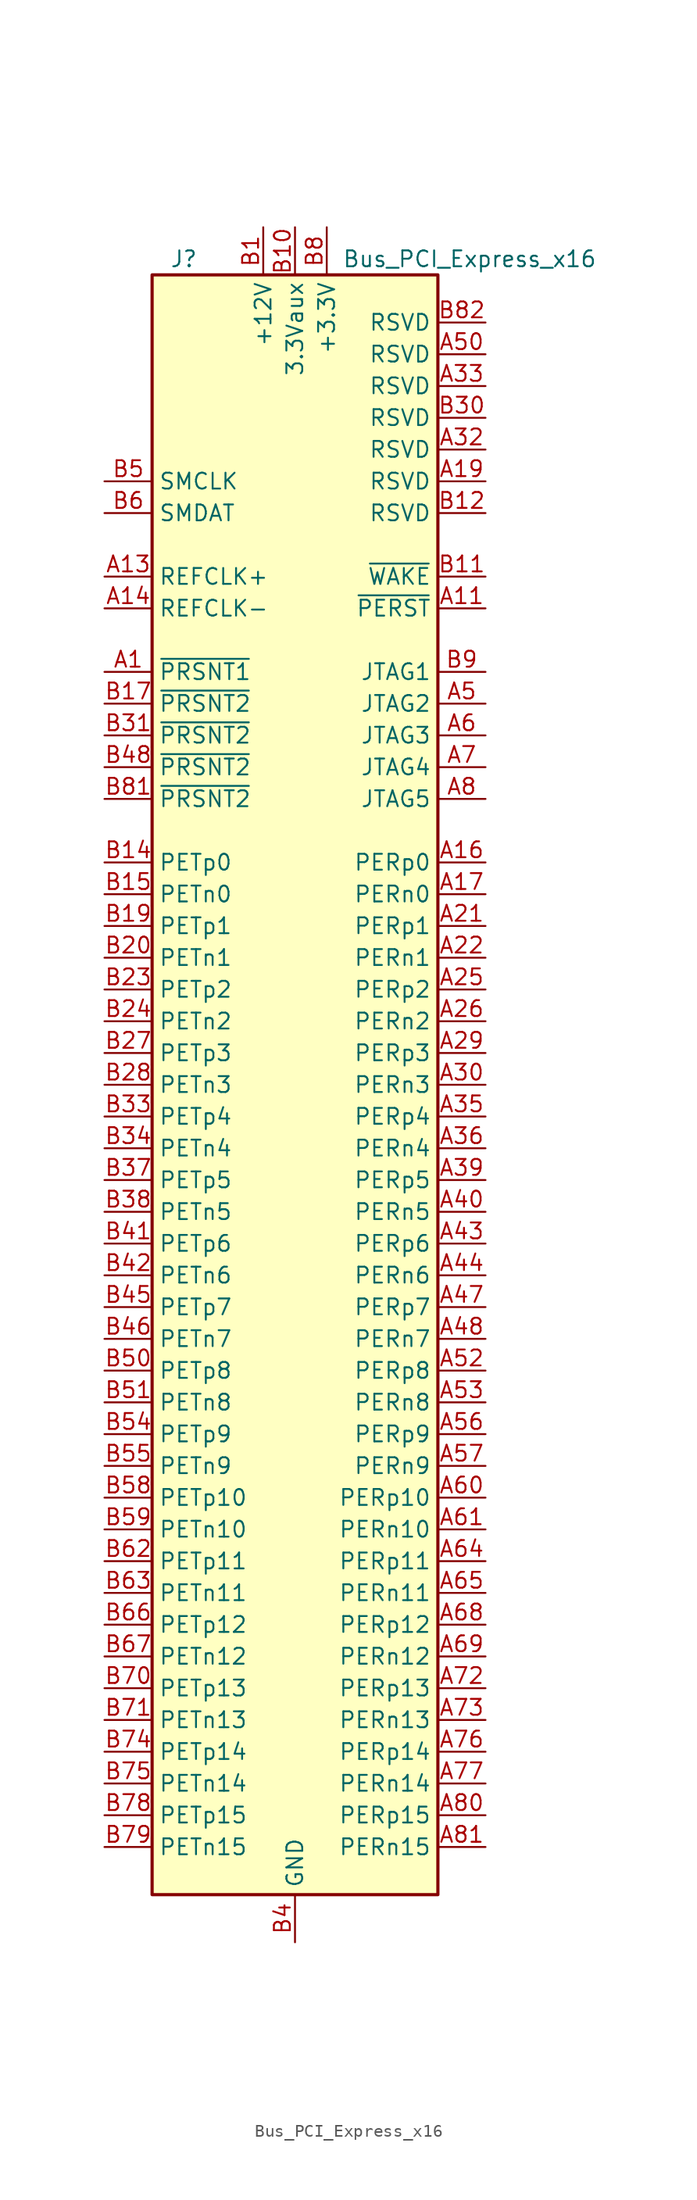
<source format=kicad_sym>
(kicad_symbol_lib
  (version 20220914)
  (generator kicad_symbol_editor)
  (symbol "Bus_PCI_Express_x16"
    (property "Reference" "J"
      (at -8.89 66.04 0)
      (effects (font (size 1.27 1.27))))
    (property "Value" "Bus_PCI_Express_x16"
      (at 13.97 66.04 0)
      (effects (font (size 1.27 1.27))))
    (symbol "Bus_PCI_Express_x16_0_1"
      (rectangle (start -11.43 64.77) (end 11.43 -64.77) (stroke (width 0.254) (type solid)) (fill (type background))))
    (symbol "Bus_PCI_Express_x16_1_1"
      (pin passive line (at -15.24 33.02 0) (length 3.81) (name "~{PRSNT1}" (effects (font (size 1.27 1.27)))) (number "A1" (effects (font (size 1.27 1.27)))))
      (pin passive line (at 2.54 68.58 270) (length 3.81) hide (name "+3.3V" (effects (font (size 1.27 1.27)))) (number "A10" (effects (font (size 1.27 1.27)))))
      (pin input line (at 15.24 38.1 180) (length 3.81) (name "~{PERST}" (effects (font (size 1.27 1.27)))) (number "A11" (effects (font (size 1.27 1.27)))))
      (pin passive line (at 0 -68.58 90) (length 3.81) hide (name "GND" (effects (font (size 1.27 1.27)))) (number "A12" (effects (font (size 1.27 1.27)))))
      (pin input line (at -15.24 40.64 0) (length 3.81) (name "REFCLK+" (effects (font (size 1.27 1.27)))) (number "A13" (effects (font (size 1.27 1.27)))))
      (pin input line (at -15.24 38.1 0) (length 3.81) (name "REFCLK-" (effects (font (size 1.27 1.27)))) (number "A14" (effects (font (size 1.27 1.27)))))
      (pin passive line (at 0 -68.58 90) (length 3.81) hide (name "GND" (effects (font (size 1.27 1.27)))) (number "A15" (effects (font (size 1.27 1.27)))))
      (pin output line (at 15.24 17.78 180) (length 3.81) (name "PERp0" (effects (font (size 1.27 1.27)))) (number "A16" (effects (font (size 1.27 1.27)))))
      (pin output line (at 15.24 15.24 180) (length 3.81) (name "PERn0" (effects (font (size 1.27 1.27)))) (number "A17" (effects (font (size 1.27 1.27)))))
      (pin passive line (at 0 -68.58 90) (length 3.81) hide (name "GND" (effects (font (size 1.27 1.27)))) (number "A18" (effects (font (size 1.27 1.27)))))
      (pin passive line (at 15.24 48.26 180) (length 3.81) (name "RSVD" (effects (font (size 1.27 1.27)))) (number "A19" (effects (font (size 1.27 1.27)))))
      (pin passive line (at -2.54 68.58 270) (length 3.81) hide (name "+12V" (effects (font (size 1.27 1.27)))) (number "A2" (effects (font (size 1.27 1.27)))))
      (pin passive line (at 0 -68.58 90) (length 3.81) hide (name "GND" (effects (font (size 1.27 1.27)))) (number "A20" (effects (font (size 1.27 1.27)))))
      (pin output line (at 15.24 12.7 180) (length 3.81) (name "PERp1" (effects (font (size 1.27 1.27)))) (number "A21" (effects (font (size 1.27 1.27)))))
      (pin output line (at 15.24 10.16 180) (length 3.81) (name "PERn1" (effects (font (size 1.27 1.27)))) (number "A22" (effects (font (size 1.27 1.27)))))
      (pin passive line (at 0 -68.58 90) (length 3.81) hide (name "GND" (effects (font (size 1.27 1.27)))) (number "A23" (effects (font (size 1.27 1.27)))))
      (pin passive line (at 0 -68.58 90) (length 3.81) hide (name "GND" (effects (font (size 1.27 1.27)))) (number "A24" (effects (font (size 1.27 1.27)))))
      (pin output line (at 15.24 7.62 180) (length 3.81) (name "PERp2" (effects (font (size 1.27 1.27)))) (number "A25" (effects (font (size 1.27 1.27)))))
      (pin output line (at 15.24 5.08 180) (length 3.81) (name "PERn2" (effects (font (size 1.27 1.27)))) (number "A26" (effects (font (size 1.27 1.27)))))
      (pin passive line (at 0 -68.58 90) (length 3.81) hide (name "GND" (effects (font (size 1.27 1.27)))) (number "A27" (effects (font (size 1.27 1.27)))))
      (pin passive line (at 0 -68.58 90) (length 3.81) hide (name "GND" (effects (font (size 1.27 1.27)))) (number "A28" (effects (font (size 1.27 1.27)))))
      (pin output line (at 15.24 2.54 180) (length 3.81) (name "PERp3" (effects (font (size 1.27 1.27)))) (number "A29" (effects (font (size 1.27 1.27)))))
      (pin passive line (at -2.54 68.58 270) (length 3.81) hide (name "+12V" (effects (font (size 1.27 1.27)))) (number "A3" (effects (font (size 1.27 1.27)))))
      (pin output line (at 15.24 0 180) (length 3.81) (name "PERn3" (effects (font (size 1.27 1.27)))) (number "A30" (effects (font (size 1.27 1.27)))))
      (pin passive line (at 0 -68.58 90) (length 3.81) hide (name "GND" (effects (font (size 1.27 1.27)))) (number "A31" (effects (font (size 1.27 1.27)))))
      (pin passive line (at 15.24 50.8 180) (length 3.81) (name "RSVD" (effects (font (size 1.27 1.27)))) (number "A32" (effects (font (size 1.27 1.27)))))
      (pin passive line (at 15.24 55.88 180) (length 3.81) (name "RSVD" (effects (font (size 1.27 1.27)))) (number "A33" (effects (font (size 1.27 1.27)))))
      (pin passive line (at 0 -68.58 90) (length 3.81) hide (name "GND" (effects (font (size 1.27 1.27)))) (number "A34" (effects (font (size 1.27 1.27)))))
      (pin output line (at 15.24 -2.54 180) (length 3.81) (name "PERp4" (effects (font (size 1.27 1.27)))) (number "A35" (effects (font (size 1.27 1.27)))))
      (pin output line (at 15.24 -5.08 180) (length 3.81) (name "PERn4" (effects (font (size 1.27 1.27)))) (number "A36" (effects (font (size 1.27 1.27)))))
      (pin passive line (at 0 -68.58 90) (length 3.81) hide (name "GND" (effects (font (size 1.27 1.27)))) (number "A37" (effects (font (size 1.27 1.27)))))
      (pin passive line (at 0 -68.58 90) (length 3.81) hide (name "GND" (effects (font (size 1.27 1.27)))) (number "A38" (effects (font (size 1.27 1.27)))))
      (pin output line (at 15.24 -7.62 180) (length 3.81) (name "PERp5" (effects (font (size 1.27 1.27)))) (number "A39" (effects (font (size 1.27 1.27)))))
      (pin passive line (at 0 -68.58 90) (length 3.81) hide (name "GND" (effects (font (size 1.27 1.27)))) (number "A4" (effects (font (size 1.27 1.27)))))
      (pin output line (at 15.24 -10.16 180) (length 3.81) (name "PERn5" (effects (font (size 1.27 1.27)))) (number "A40" (effects (font (size 1.27 1.27)))))
      (pin passive line (at 0 -68.58 90) (length 3.81) hide (name "GND" (effects (font (size 1.27 1.27)))) (number "A41" (effects (font (size 1.27 1.27)))))
      (pin passive line (at 0 -68.58 90) (length 3.81) hide (name "GND" (effects (font (size 1.27 1.27)))) (number "A42" (effects (font (size 1.27 1.27)))))
      (pin output line (at 15.24 -12.7 180) (length 3.81) (name "PERp6" (effects (font (size 1.27 1.27)))) (number "A43" (effects (font (size 1.27 1.27)))))
      (pin output line (at 15.24 -15.24 180) (length 3.81) (name "PERn6" (effects (font (size 1.27 1.27)))) (number "A44" (effects (font (size 1.27 1.27)))))
      (pin passive line (at 0 -68.58 90) (length 3.81) hide (name "GND" (effects (font (size 1.27 1.27)))) (number "A45" (effects (font (size 1.27 1.27)))))
      (pin passive line (at 0 -68.58 90) (length 3.81) hide (name "GND" (effects (font (size 1.27 1.27)))) (number "A46" (effects (font (size 1.27 1.27)))))
      (pin output line (at 15.24 -17.78 180) (length 3.81) (name "PERp7" (effects (font (size 1.27 1.27)))) (number "A47" (effects (font (size 1.27 1.27)))))
      (pin output line (at 15.24 -20.32 180) (length 3.81) (name "PERn7" (effects (font (size 1.27 1.27)))) (number "A48" (effects (font (size 1.27 1.27)))))
      (pin passive line (at 0 -68.58 90) (length 3.81) hide (name "GND" (effects (font (size 1.27 1.27)))) (number "A49" (effects (font (size 1.27 1.27)))))
      (pin input line (at 15.24 30.48 180) (length 3.81) (name "JTAG2" (effects (font (size 1.27 1.27)))) (number "A5" (effects (font (size 1.27 1.27)))))
      (pin passive line (at 15.24 58.42 180) (length 3.81) (name "RSVD" (effects (font (size 1.27 1.27)))) (number "A50" (effects (font (size 1.27 1.27)))))
      (pin passive line (at 0 -68.58 90) (length 3.81) hide (name "GND" (effects (font (size 1.27 1.27)))) (number "A51" (effects (font (size 1.27 1.27)))))
      (pin output line (at 15.24 -22.86 180) (length 3.81) (name "PERp8" (effects (font (size 1.27 1.27)))) (number "A52" (effects (font (size 1.27 1.27)))))
      (pin output line (at 15.24 -25.4 180) (length 3.81) (name "PERn8" (effects (font (size 1.27 1.27)))) (number "A53" (effects (font (size 1.27 1.27)))))
      (pin passive line (at 0 -68.58 90) (length 3.81) hide (name "GND" (effects (font (size 1.27 1.27)))) (number "A54" (effects (font (size 1.27 1.27)))))
      (pin passive line (at 0 -68.58 90) (length 3.81) hide (name "GND" (effects (font (size 1.27 1.27)))) (number "A55" (effects (font (size 1.27 1.27)))))
      (pin output line (at 15.24 -27.94 180) (length 3.81) (name "PERp9" (effects (font (size 1.27 1.27)))) (number "A56" (effects (font (size 1.27 1.27)))))
      (pin output line (at 15.24 -30.48 180) (length 3.81) (name "PERn9" (effects (font (size 1.27 1.27)))) (number "A57" (effects (font (size 1.27 1.27)))))
      (pin passive line (at 0 -68.58 90) (length 3.81) hide (name "GND" (effects (font (size 1.27 1.27)))) (number "A58" (effects (font (size 1.27 1.27)))))
      (pin passive line (at 0 -68.58 90) (length 3.81) hide (name "GND" (effects (font (size 1.27 1.27)))) (number "A59" (effects (font (size 1.27 1.27)))))
      (pin input line (at 15.24 27.94 180) (length 3.81) (name "JTAG3" (effects (font (size 1.27 1.27)))) (number "A6" (effects (font (size 1.27 1.27)))))
      (pin output line (at 15.24 -33.02 180) (length 3.81) (name "PERp10" (effects (font (size 1.27 1.27)))) (number "A60" (effects (font (size 1.27 1.27)))))
      (pin output line (at 15.24 -35.56 180) (length 3.81) (name "PERn10" (effects (font (size 1.27 1.27)))) (number "A61" (effects (font (size 1.27 1.27)))))
      (pin passive line (at 0 -68.58 90) (length 3.81) hide (name "GND" (effects (font (size 1.27 1.27)))) (number "A62" (effects (font (size 1.27 1.27)))))
      (pin passive line (at 0 -68.58 90) (length 3.81) hide (name "GND" (effects (font (size 1.27 1.27)))) (number "A63" (effects (font (size 1.27 1.27)))))
      (pin output line (at 15.24 -38.1 180) (length 3.81) (name "PERp11" (effects (font (size 1.27 1.27)))) (number "A64" (effects (font (size 1.27 1.27)))))
      (pin output line (at 15.24 -40.64 180) (length 3.81) (name "PERn11" (effects (font (size 1.27 1.27)))) (number "A65" (effects (font (size 1.27 1.27)))))
      (pin passive line (at 0 -68.58 90) (length 3.81) hide (name "GND" (effects (font (size 1.27 1.27)))) (number "A66" (effects (font (size 1.27 1.27)))))
      (pin passive line (at 0 -68.58 90) (length 3.81) hide (name "GND" (effects (font (size 1.27 1.27)))) (number "A67" (effects (font (size 1.27 1.27)))))
      (pin output line (at 15.24 -43.18 180) (length 3.81) (name "PERp12" (effects (font (size 1.27 1.27)))) (number "A68" (effects (font (size 1.27 1.27)))))
      (pin output line (at 15.24 -45.72 180) (length 3.81) (name "PERn12" (effects (font (size 1.27 1.27)))) (number "A69" (effects (font (size 1.27 1.27)))))
      (pin output line (at 15.24 25.4 180) (length 3.81) (name "JTAG4" (effects (font (size 1.27 1.27)))) (number "A7" (effects (font (size 1.27 1.27)))))
      (pin passive line (at 0 -68.58 90) (length 3.81) hide (name "GND" (effects (font (size 1.27 1.27)))) (number "A70" (effects (font (size 1.27 1.27)))))
      (pin passive line (at 0 -68.58 90) (length 3.81) hide (name "GND" (effects (font (size 1.27 1.27)))) (number "A71" (effects (font (size 1.27 1.27)))))
      (pin output line (at 15.24 -48.26 180) (length 3.81) (name "PERp13" (effects (font (size 1.27 1.27)))) (number "A72" (effects (font (size 1.27 1.27)))))
      (pin output line (at 15.24 -50.8 180) (length 3.81) (name "PERn13" (effects (font (size 1.27 1.27)))) (number "A73" (effects (font (size 1.27 1.27)))))
      (pin passive line (at 0 -68.58 90) (length 3.81) hide (name "GND" (effects (font (size 1.27 1.27)))) (number "A74" (effects (font (size 1.27 1.27)))))
      (pin passive line (at 0 -68.58 90) (length 3.81) hide (name "GND" (effects (font (size 1.27 1.27)))) (number "A75" (effects (font (size 1.27 1.27)))))
      (pin output line (at 15.24 -53.34 180) (length 3.81) (name "PERp14" (effects (font (size 1.27 1.27)))) (number "A76" (effects (font (size 1.27 1.27)))))
      (pin output line (at 15.24 -55.88 180) (length 3.81) (name "PERn14" (effects (font (size 1.27 1.27)))) (number "A77" (effects (font (size 1.27 1.27)))))
      (pin passive line (at 0 -68.58 90) (length 3.81) hide (name "GND" (effects (font (size 1.27 1.27)))) (number "A78" (effects (font (size 1.27 1.27)))))
      (pin passive line (at 0 -68.58 90) (length 3.81) hide (name "GND" (effects (font (size 1.27 1.27)))) (number "A79" (effects (font (size 1.27 1.27)))))
      (pin input line (at 15.24 22.86 180) (length 3.81) (name "JTAG5" (effects (font (size 1.27 1.27)))) (number "A8" (effects (font (size 1.27 1.27)))))
      (pin output line (at 15.24 -58.42 180) (length 3.81) (name "PERp15" (effects (font (size 1.27 1.27)))) (number "A80" (effects (font (size 1.27 1.27)))))
      (pin output line (at 15.24 -60.96 180) (length 3.81) (name "PERn15" (effects (font (size 1.27 1.27)))) (number "A81" (effects (font (size 1.27 1.27)))))
      (pin passive line (at 0 -68.58 90) (length 3.81) hide (name "GND" (effects (font (size 1.27 1.27)))) (number "A82" (effects (font (size 1.27 1.27)))))
      (pin passive line (at 2.54 68.58 270) (length 3.81) hide (name "+3.3V" (effects (font (size 1.27 1.27)))) (number "A9" (effects (font (size 1.27 1.27)))))
      (pin power_in line (at -2.54 68.58 270) (length 3.81) (name "+12V" (effects (font (size 1.27 1.27)))) (number "B1" (effects (font (size 1.27 1.27)))))
      (pin power_in line (at 0 68.58 270) (length 3.81) (name "3.3Vaux" (effects (font (size 1.27 1.27)))) (number "B10" (effects (font (size 1.27 1.27)))))
      (pin open_collector line (at 15.24 40.64 180) (length 3.81) (name "~{WAKE}" (effects (font (size 1.27 1.27)))) (number "B11" (effects (font (size 1.27 1.27)))))
      (pin passive line (at 15.24 45.72 180) (length 3.81) (name "RSVD" (effects (font (size 1.27 1.27)))) (number "B12" (effects (font (size 1.27 1.27)))))
      (pin passive line (at 0 -68.58 90) (length 3.81) hide (name "GND" (effects (font (size 1.27 1.27)))) (number "B13" (effects (font (size 1.27 1.27)))))
      (pin input line (at -15.24 17.78 0) (length 3.81) (name "PETp0" (effects (font (size 1.27 1.27)))) (number "B14" (effects (font (size 1.27 1.27)))))
      (pin input line (at -15.24 15.24 0) (length 3.81) (name "PETn0" (effects (font (size 1.27 1.27)))) (number "B15" (effects (font (size 1.27 1.27)))))
      (pin passive line (at 0 -68.58 90) (length 3.81) hide (name "GND" (effects (font (size 1.27 1.27)))) (number "B16" (effects (font (size 1.27 1.27)))))
      (pin passive line (at -15.24 30.48 0) (length 3.81) (name "~{PRSNT2}" (effects (font (size 1.27 1.27)))) (number "B17" (effects (font (size 1.27 1.27)))))
      (pin passive line (at 0 -68.58 90) (length 3.81) hide (name "GND" (effects (font (size 1.27 1.27)))) (number "B18" (effects (font (size 1.27 1.27)))))
      (pin input line (at -15.24 12.7 0) (length 3.81) (name "PETp1" (effects (font (size 1.27 1.27)))) (number "B19" (effects (font (size 1.27 1.27)))))
      (pin passive line (at -2.54 68.58 270) (length 3.81) hide (name "+12V" (effects (font (size 1.27 1.27)))) (number "B2" (effects (font (size 1.27 1.27)))))
      (pin input line (at -15.24 10.16 0) (length 3.81) (name "PETn1" (effects (font (size 1.27 1.27)))) (number "B20" (effects (font (size 1.27 1.27)))))
      (pin passive line (at 0 -68.58 90) (length 3.81) hide (name "GND" (effects (font (size 1.27 1.27)))) (number "B21" (effects (font (size 1.27 1.27)))))
      (pin passive line (at 0 -68.58 90) (length 3.81) hide (name "GND" (effects (font (size 1.27 1.27)))) (number "B22" (effects (font (size 1.27 1.27)))))
      (pin input line (at -15.24 7.62 0) (length 3.81) (name "PETp2" (effects (font (size 1.27 1.27)))) (number "B23" (effects (font (size 1.27 1.27)))))
      (pin input line (at -15.24 5.08 0) (length 3.81) (name "PETn2" (effects (font (size 1.27 1.27)))) (number "B24" (effects (font (size 1.27 1.27)))))
      (pin passive line (at 0 -68.58 90) (length 3.81) hide (name "GND" (effects (font (size 1.27 1.27)))) (number "B25" (effects (font (size 1.27 1.27)))))
      (pin passive line (at 0 -68.58 90) (length 3.81) hide (name "GND" (effects (font (size 1.27 1.27)))) (number "B26" (effects (font (size 1.27 1.27)))))
      (pin input line (at -15.24 2.54 0) (length 3.81) (name "PETp3" (effects (font (size 1.27 1.27)))) (number "B27" (effects (font (size 1.27 1.27)))))
      (pin input line (at -15.24 0 0) (length 3.81) (name "PETn3" (effects (font (size 1.27 1.27)))) (number "B28" (effects (font (size 1.27 1.27)))))
      (pin passive line (at 0 -68.58 90) (length 3.81) hide (name "GND" (effects (font (size 1.27 1.27)))) (number "B29" (effects (font (size 1.27 1.27)))))
      (pin passive line (at -2.54 68.58 270) (length 3.81) hide (name "+12V" (effects (font (size 1.27 1.27)))) (number "B3" (effects (font (size 1.27 1.27)))))
      (pin passive line (at 15.24 53.34 180) (length 3.81) (name "RSVD" (effects (font (size 1.27 1.27)))) (number "B30" (effects (font (size 1.27 1.27)))))
      (pin passive line (at -15.24 27.94 0) (length 3.81) (name "~{PRSNT2}" (effects (font (size 1.27 1.27)))) (number "B31" (effects (font (size 1.27 1.27)))))
      (pin passive line (at 0 -68.58 90) (length 3.81) hide (name "GND" (effects (font (size 1.27 1.27)))) (number "B32" (effects (font (size 1.27 1.27)))))
      (pin input line (at -15.24 -2.54 0) (length 3.81) (name "PETp4" (effects (font (size 1.27 1.27)))) (number "B33" (effects (font (size 1.27 1.27)))))
      (pin input line (at -15.24 -5.08 0) (length 3.81) (name "PETn4" (effects (font (size 1.27 1.27)))) (number "B34" (effects (font (size 1.27 1.27)))))
      (pin passive line (at 0 -68.58 90) (length 3.81) hide (name "GND" (effects (font (size 1.27 1.27)))) (number "B35" (effects (font (size 1.27 1.27)))))
      (pin passive line (at 0 -68.58 90) (length 3.81) hide (name "GND" (effects (font (size 1.27 1.27)))) (number "B36" (effects (font (size 1.27 1.27)))))
      (pin input line (at -15.24 -7.62 0) (length 3.81) (name "PETp5" (effects (font (size 1.27 1.27)))) (number "B37" (effects (font (size 1.27 1.27)))))
      (pin input line (at -15.24 -10.16 0) (length 3.81) (name "PETn5" (effects (font (size 1.27 1.27)))) (number "B38" (effects (font (size 1.27 1.27)))))
      (pin passive line (at 0 -68.58 90) (length 3.81) hide (name "GND" (effects (font (size 1.27 1.27)))) (number "B39" (effects (font (size 1.27 1.27)))))
      (pin power_in line (at 0 -68.58 90) (length 3.81) (name "GND" (effects (font (size 1.27 1.27)))) (number "B4" (effects (font (size 1.27 1.27)))))
      (pin passive line (at 0 -68.58 90) (length 3.81) hide (name "GND" (effects (font (size 1.27 1.27)))) (number "B40" (effects (font (size 1.27 1.27)))))
      (pin input line (at -15.24 -12.7 0) (length 3.81) (name "PETp6" (effects (font (size 1.27 1.27)))) (number "B41" (effects (font (size 1.27 1.27)))))
      (pin input line (at -15.24 -15.24 0) (length 3.81) (name "PETn6" (effects (font (size 1.27 1.27)))) (number "B42" (effects (font (size 1.27 1.27)))))
      (pin passive line (at 0 -68.58 90) (length 3.81) hide (name "GND" (effects (font (size 1.27 1.27)))) (number "B43" (effects (font (size 1.27 1.27)))))
      (pin passive line (at 0 -68.58 90) (length 3.81) hide (name "GND" (effects (font (size 1.27 1.27)))) (number "B44" (effects (font (size 1.27 1.27)))))
      (pin input line (at -15.24 -17.78 0) (length 3.81) (name "PETp7" (effects (font (size 1.27 1.27)))) (number "B45" (effects (font (size 1.27 1.27)))))
      (pin input line (at -15.24 -20.32 0) (length 3.81) (name "PETn7" (effects (font (size 1.27 1.27)))) (number "B46" (effects (font (size 1.27 1.27)))))
      (pin passive line (at 0 -68.58 90) (length 3.81) hide (name "GND" (effects (font (size 1.27 1.27)))) (number "B47" (effects (font (size 1.27 1.27)))))
      (pin passive line (at -15.24 25.4 0) (length 3.81) (name "~{PRSNT2}" (effects (font (size 1.27 1.27)))) (number "B48" (effects (font (size 1.27 1.27)))))
      (pin passive line (at 0 -68.58 90) (length 3.81) hide (name "GND" (effects (font (size 1.27 1.27)))) (number "B49" (effects (font (size 1.27 1.27)))))
      (pin input line (at -15.24 48.26 0) (length 3.81) (name "SMCLK" (effects (font (size 1.27 1.27)))) (number "B5" (effects (font (size 1.27 1.27)))))
      (pin input line (at -15.24 -22.86 0) (length 3.81) (name "PETp8" (effects (font (size 1.27 1.27)))) (number "B50" (effects (font (size 1.27 1.27)))))
      (pin input line (at -15.24 -25.4 0) (length 3.81) (name "PETn8" (effects (font (size 1.27 1.27)))) (number "B51" (effects (font (size 1.27 1.27)))))
      (pin passive line (at 0 -68.58 90) (length 3.81) hide (name "GND" (effects (font (size 1.27 1.27)))) (number "B52" (effects (font (size 1.27 1.27)))))
      (pin passive line (at 0 -68.58 90) (length 3.81) hide (name "GND" (effects (font (size 1.27 1.27)))) (number "B53" (effects (font (size 1.27 1.27)))))
      (pin input line (at -15.24 -27.94 0) (length 3.81) (name "PETp9" (effects (font (size 1.27 1.27)))) (number "B54" (effects (font (size 1.27 1.27)))))
      (pin input line (at -15.24 -30.48 0) (length 3.81) (name "PETn9" (effects (font (size 1.27 1.27)))) (number "B55" (effects (font (size 1.27 1.27)))))
      (pin passive line (at 0 -68.58 90) (length 3.81) hide (name "GND" (effects (font (size 1.27 1.27)))) (number "B56" (effects (font (size 1.27 1.27)))))
      (pin passive line (at 0 -68.58 90) (length 3.81) hide (name "GND" (effects (font (size 1.27 1.27)))) (number "B57" (effects (font (size 1.27 1.27)))))
      (pin input line (at -15.24 -33.02 0) (length 3.81) (name "PETp10" (effects (font (size 1.27 1.27)))) (number "B58" (effects (font (size 1.27 1.27)))))
      (pin input line (at -15.24 -35.56 0) (length 3.81) (name "PETn10" (effects (font (size 1.27 1.27)))) (number "B59" (effects (font (size 1.27 1.27)))))
      (pin bidirectional line (at -15.24 45.72 0) (length 3.81) (name "SMDAT" (effects (font (size 1.27 1.27)))) (number "B6" (effects (font (size 1.27 1.27)))))
      (pin passive line (at 0 -68.58 90) (length 3.81) hide (name "GND" (effects (font (size 1.27 1.27)))) (number "B60" (effects (font (size 1.27 1.27)))))
      (pin passive line (at 0 -68.58 90) (length 3.81) hide (name "GND" (effects (font (size 1.27 1.27)))) (number "B61" (effects (font (size 1.27 1.27)))))
      (pin input line (at -15.24 -38.1 0) (length 3.81) (name "PETp11" (effects (font (size 1.27 1.27)))) (number "B62" (effects (font (size 1.27 1.27)))))
      (pin input line (at -15.24 -40.64 0) (length 3.81) (name "PETn11" (effects (font (size 1.27 1.27)))) (number "B63" (effects (font (size 1.27 1.27)))))
      (pin passive line (at 0 -68.58 90) (length 3.81) hide (name "GND" (effects (font (size 1.27 1.27)))) (number "B64" (effects (font (size 1.27 1.27)))))
      (pin passive line (at 0 -68.58 90) (length 3.81) hide (name "GND" (effects (font (size 1.27 1.27)))) (number "B65" (effects (font (size 1.27 1.27)))))
      (pin input line (at -15.24 -43.18 0) (length 3.81) (name "PETp12" (effects (font (size 1.27 1.27)))) (number "B66" (effects (font (size 1.27 1.27)))))
      (pin input line (at -15.24 -45.72 0) (length 3.81) (name "PETn12" (effects (font (size 1.27 1.27)))) (number "B67" (effects (font (size 1.27 1.27)))))
      (pin passive line (at 0 -68.58 90) (length 3.81) hide (name "GND" (effects (font (size 1.27 1.27)))) (number "B68" (effects (font (size 1.27 1.27)))))
      (pin passive line (at 0 -68.58 90) (length 3.81) hide (name "GND" (effects (font (size 1.27 1.27)))) (number "B69" (effects (font (size 1.27 1.27)))))
      (pin passive line (at 0 -68.58 90) (length 3.81) hide (name "GND" (effects (font (size 1.27 1.27)))) (number "B7" (effects (font (size 1.27 1.27)))))
      (pin input line (at -15.24 -48.26 0) (length 3.81) (name "PETp13" (effects (font (size 1.27 1.27)))) (number "B70" (effects (font (size 1.27 1.27)))))
      (pin input line (at -15.24 -50.8 0) (length 3.81) (name "PETn13" (effects (font (size 1.27 1.27)))) (number "B71" (effects (font (size 1.27 1.27)))))
      (pin passive line (at 0 -68.58 90) (length 3.81) hide (name "GND" (effects (font (size 1.27 1.27)))) (number "B72" (effects (font (size 1.27 1.27)))))
      (pin passive line (at 0 -68.58 90) (length 3.81) hide (name "GND" (effects (font (size 1.27 1.27)))) (number "B73" (effects (font (size 1.27 1.27)))))
      (pin input line (at -15.24 -53.34 0) (length 3.81) (name "PETp14" (effects (font (size 1.27 1.27)))) (number "B74" (effects (font (size 1.27 1.27)))))
      (pin input line (at -15.24 -55.88 0) (length 3.81) (name "PETn14" (effects (font (size 1.27 1.27)))) (number "B75" (effects (font (size 1.27 1.27)))))
      (pin passive line (at 0 -68.58 90) (length 3.81) hide (name "GND" (effects (font (size 1.27 1.27)))) (number "B76" (effects (font (size 1.27 1.27)))))
      (pin passive line (at 0 -68.58 90) (length 3.81) hide (name "GND" (effects (font (size 1.27 1.27)))) (number "B77" (effects (font (size 1.27 1.27)))))
      (pin input line (at -15.24 -58.42 0) (length 3.81) (name "PETp15" (effects (font (size 1.27 1.27)))) (number "B78" (effects (font (size 1.27 1.27)))))
      (pin input line (at -15.24 -60.96 0) (length 3.81) (name "PETn15" (effects (font (size 1.27 1.27)))) (number "B79" (effects (font (size 1.27 1.27)))))
      (pin power_in line (at 2.54 68.58 270) (length 3.81) (name "+3.3V" (effects (font (size 1.27 1.27)))) (number "B8" (effects (font (size 1.27 1.27)))))
      (pin passive line (at 0 -68.58 90) (length 3.81) hide (name "GND" (effects (font (size 1.27 1.27)))) (number "B80" (effects (font (size 1.27 1.27)))))
      (pin passive line (at -15.24 22.86 0) (length 3.81) (name "~{PRSNT2}" (effects (font (size 1.27 1.27)))) (number "B81" (effects (font (size 1.27 1.27)))))
      (pin passive line (at 15.24 60.96 180) (length 3.81) (name "RSVD" (effects (font (size 1.27 1.27)))) (number "B82" (effects (font (size 1.27 1.27)))))
      (pin input line (at 15.24 33.02 180) (length 3.81) (name "JTAG1" (effects (font (size 1.27 1.27)))) (number "B9" (effects (font (size 1.27 1.27))))))))
</source>
